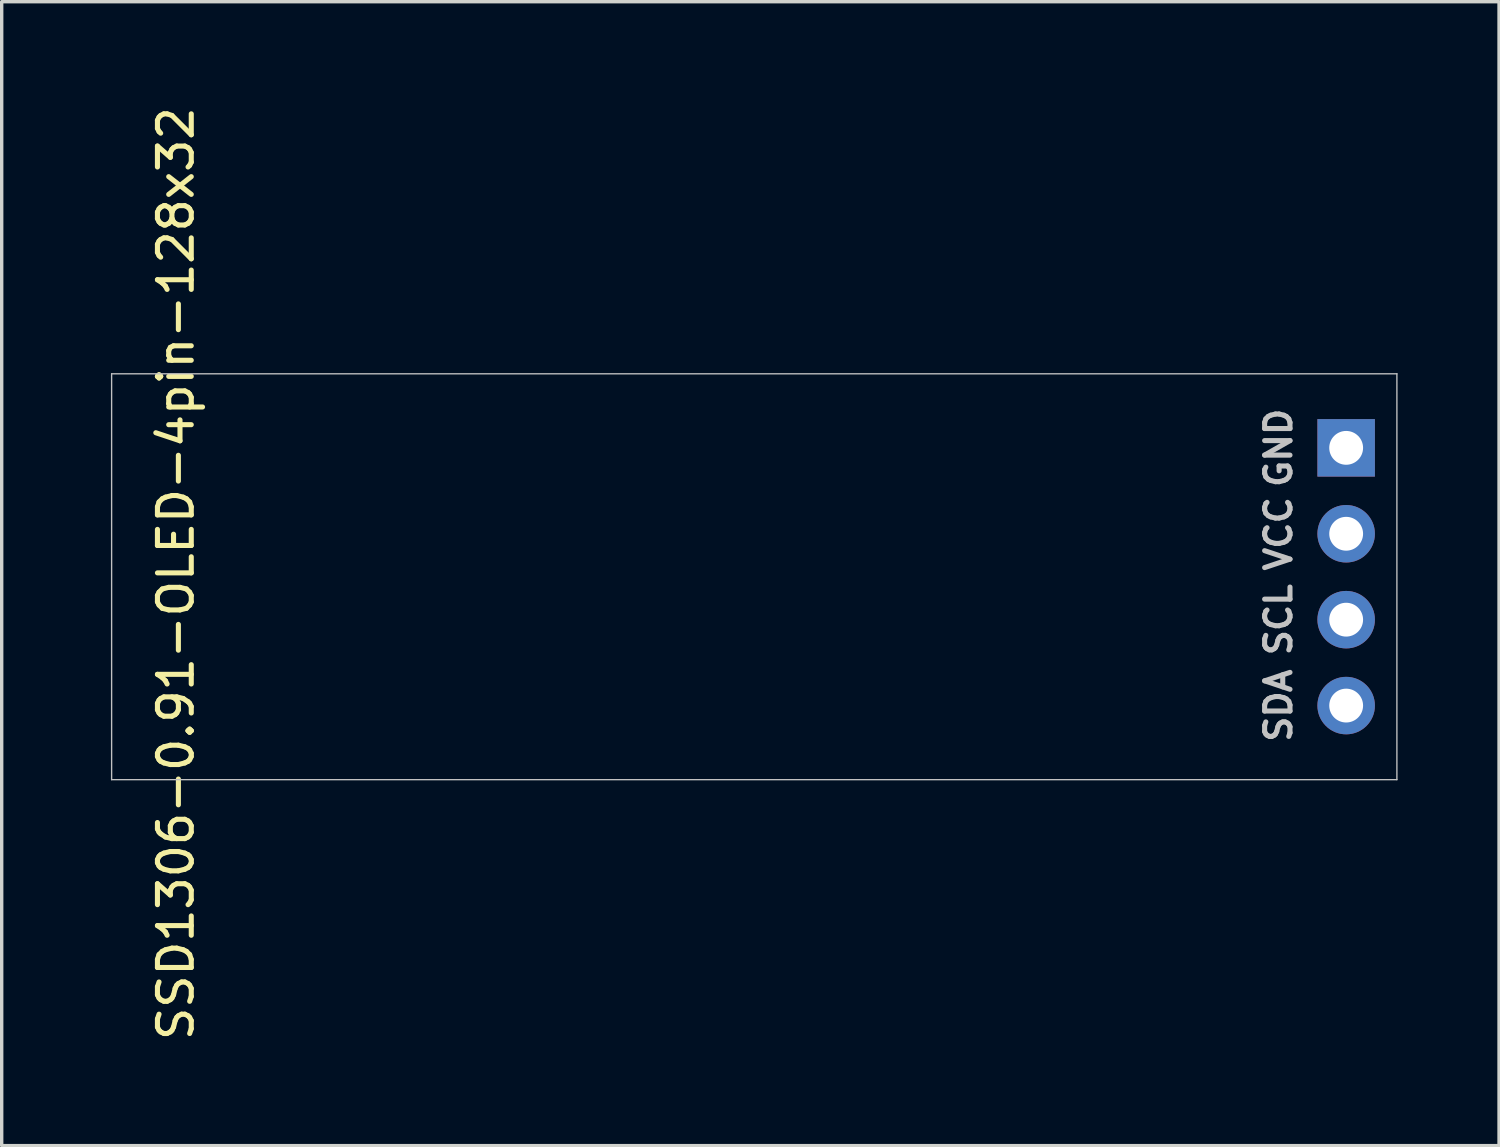
<source format=kicad_pcb>
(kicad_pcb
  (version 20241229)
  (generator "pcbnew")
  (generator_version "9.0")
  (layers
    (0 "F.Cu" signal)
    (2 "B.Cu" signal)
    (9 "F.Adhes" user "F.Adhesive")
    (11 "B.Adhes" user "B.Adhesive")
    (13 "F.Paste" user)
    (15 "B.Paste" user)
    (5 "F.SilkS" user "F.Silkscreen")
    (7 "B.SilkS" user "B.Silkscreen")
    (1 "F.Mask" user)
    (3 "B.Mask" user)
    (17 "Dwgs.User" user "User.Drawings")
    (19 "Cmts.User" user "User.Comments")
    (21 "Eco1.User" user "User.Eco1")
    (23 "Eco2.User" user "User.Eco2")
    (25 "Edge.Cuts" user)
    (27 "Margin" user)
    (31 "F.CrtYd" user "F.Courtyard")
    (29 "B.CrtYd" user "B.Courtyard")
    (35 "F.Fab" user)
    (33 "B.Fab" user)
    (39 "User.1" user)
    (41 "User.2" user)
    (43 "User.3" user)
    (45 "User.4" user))
  (footprint "SSD1306-0.91-OLED-4pin-128x32"
    (layer "F.Cu")
    (at 0.25 8.001)
    (property "Reference" "SSD1306-0.91-OLED-4pin-128x32" (at 1.9 5.91 90) (layer "F.SilkS") (effects (font (size 1 1) (thickness 0.15))))
    (attr through_hole)
    (fp_line (start 0 0) (end 0 12) (stroke (width 0.04) (type solid)) (layer "Dwgs.User"))
    (fp_line (start 0 12) (end 38 12) (stroke (width 0.04) (type solid)) (layer "Dwgs.User"))
    (fp_line (start 38 0) (end 0 0) (stroke (width 0.04) (type solid)) (layer "Dwgs.User"))
    (fp_line (start 38 12) (end 38 0) (stroke (width 0.04) (type solid)) (layer "Dwgs.User"))
    (fp_text user "SCL" (at 34.5 7.27 90) (layer "Dwgs.User") (effects (font (size 0.75 0.75) (thickness 0.15))))
    (fp_text user "SDA" (at 34.5 9.81 90) (layer "Dwgs.User") (effects (font (size 0.75 0.75) (thickness 0.15))))
    (fp_text user "GND" (at 34.5 2.19 90) (layer "Dwgs.User") (effects (font (size 0.75 0.75) (thickness 0.15))))
    (fp_text user "VCC" (at 34.5 4.73 90) (layer "Dwgs.User") (effects (font (size 0.75 0.75) (thickness 0.15))))
    (pad "1" thru_hole rect (at 36.5 2.19) (size 1.7 1.7) (drill 1) (layers "*.Cu" "*.Mask"))
    (pad "2" thru_hole oval (at 36.5 4.73) (size 1.7 1.7) (drill 1) (layers "*.Cu" "*.Mask"))
    (pad "3" thru_hole oval (at 36.5 7.27) (size 1.7 1.7) (drill 1) (layers "*.Cu" "*.Mask"))
    (pad "4" thru_hole oval (at 36.5 9.81) (size 1.7 1.7) (drill 1) (layers "*.Cu" "*.Mask")))
  (gr_rect
    (start -3 -3)
    (end 41.27 30.821)
    (stroke (width 0.1) (type default))
    (fill no)
    (layer "Edge.Cuts")))
</source>
